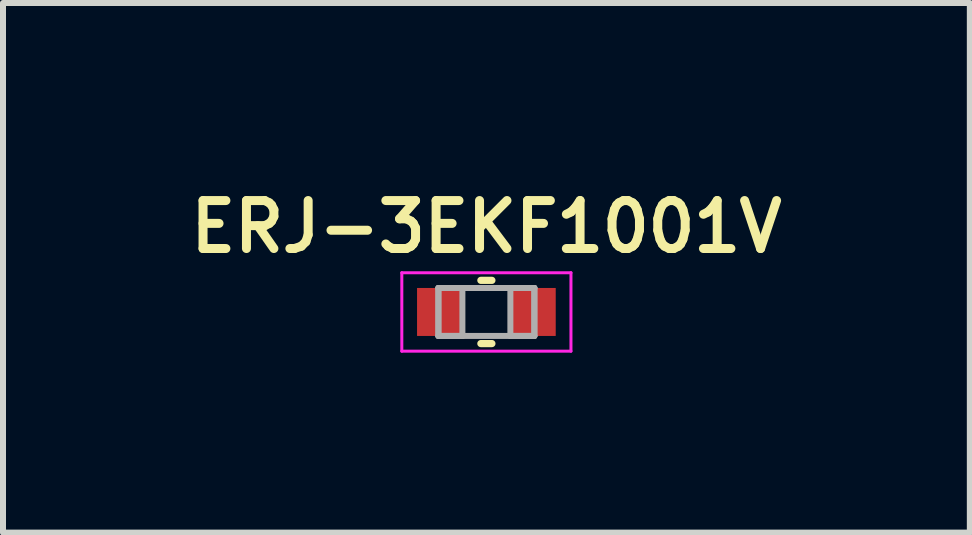
<source format=kicad_pcb>
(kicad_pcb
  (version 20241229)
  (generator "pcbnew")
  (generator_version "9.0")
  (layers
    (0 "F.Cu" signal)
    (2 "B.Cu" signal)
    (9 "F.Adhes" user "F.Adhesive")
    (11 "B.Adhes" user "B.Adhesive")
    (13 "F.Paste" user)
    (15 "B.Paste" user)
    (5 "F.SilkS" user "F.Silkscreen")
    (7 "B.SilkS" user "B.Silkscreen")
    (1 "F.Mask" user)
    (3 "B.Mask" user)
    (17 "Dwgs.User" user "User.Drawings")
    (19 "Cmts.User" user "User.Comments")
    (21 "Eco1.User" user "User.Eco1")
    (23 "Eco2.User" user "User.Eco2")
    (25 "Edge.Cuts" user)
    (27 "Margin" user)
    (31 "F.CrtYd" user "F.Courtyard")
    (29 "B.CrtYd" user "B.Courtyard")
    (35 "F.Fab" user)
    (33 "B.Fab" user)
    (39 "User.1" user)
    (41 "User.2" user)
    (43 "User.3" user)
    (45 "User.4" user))
  (footprint "ERJ-3EKF1001V"
    (layer "F.Cu")
    (at 5.059 2.151)
    (property "Reference" "ERJ-3EKF1001V" (at 0 -1.42 0) (layer "F.SilkS") (effects (font (size 0.8 0.8) (thickness 0.15))))
    (attr through_hole)
    (fp_line (start -0.092 0.527) (end 0.092 0.527) (stroke (width 0.12) (type solid)) (layer "F.SilkS"))
    (fp_line (start 0.092 -0.527) (end -0.092 -0.527) (stroke (width 0.12) (type solid)) (layer "F.SilkS"))
    (fp_line (start -1.41 -0.654) (end 1.41 -0.654) (stroke (width 0.05) (type solid)) (layer "F.CrtYd"))
    (fp_line (start -1.41 0.654) (end -1.41 -0.654) (stroke (width 0.05) (type solid)) (layer "F.CrtYd"))
    (fp_line (start 1.41 -0.654) (end 1.41 0.654) (stroke (width 0.05) (type solid)) (layer "F.CrtYd"))
    (fp_line (start 1.41 0.654) (end -1.41 0.654) (stroke (width 0.05) (type solid)) (layer "F.CrtYd"))
    (fp_line (start -0.8 -0.4) (end -0.8 0.4) (stroke (width 0.1) (type solid)) (layer "F.Fab"))
    (fp_line (start -0.8 -0.4) (end -0.8 0.4) (stroke (width 0.1) (type solid)) (layer "F.Fab"))
    (fp_line (start -0.8 0.4) (end -0.4 0.4) (stroke (width 0.1) (type solid)) (layer "F.Fab"))
    (fp_line (start -0.8 0.4) (end 0.8 0.4) (stroke (width 0.1) (type solid)) (layer "F.Fab"))
    (fp_line (start -0.4 -0.4) (end -0.8 -0.4) (stroke (width 0.1) (type solid)) (layer "F.Fab"))
    (fp_line (start -0.4 0.4) (end -0.4 -0.4) (stroke (width 0.1) (type solid)) (layer "F.Fab"))
    (fp_line (start 0.4 -0.4) (end 0.4 0.4) (stroke (width 0.1) (type solid)) (layer "F.Fab"))
    (fp_line (start 0.4 0.4) (end 0.8 0.4) (stroke (width 0.1) (type solid)) (layer "F.Fab"))
    (fp_line (start 0.8 -0.4) (end -0.8 -0.4) (stroke (width 0.1) (type solid)) (layer "F.Fab"))
    (fp_line (start 0.8 -0.4) (end 0.4 -0.4) (stroke (width 0.1) (type solid)) (layer "F.Fab"))
    (fp_line (start 0.8 0.4) (end 0.8 -0.4) (stroke (width 0.1) (type solid)) (layer "F.Fab"))
    (fp_line (start 0.8 0.4) (end 0.8 -0.4) (stroke (width 0.1) (type solid)) (layer "F.Fab"))
    (pad "1" smd rect (at -0.778 0) (size 0.756 0.8) (layers "F.Cu" "F.Mask" "F.Paste"))
    (pad "2" smd rect (at 0.778 0) (size 0.756 0.8) (layers "F.Cu" "F.Mask" "F.Paste")))
  (gr_rect
    (start -3 -3)
    (end 13.119 5.83)
    (stroke (width 0.1) (type default))
    (fill no)
    (layer "Edge.Cuts")))
</source>
